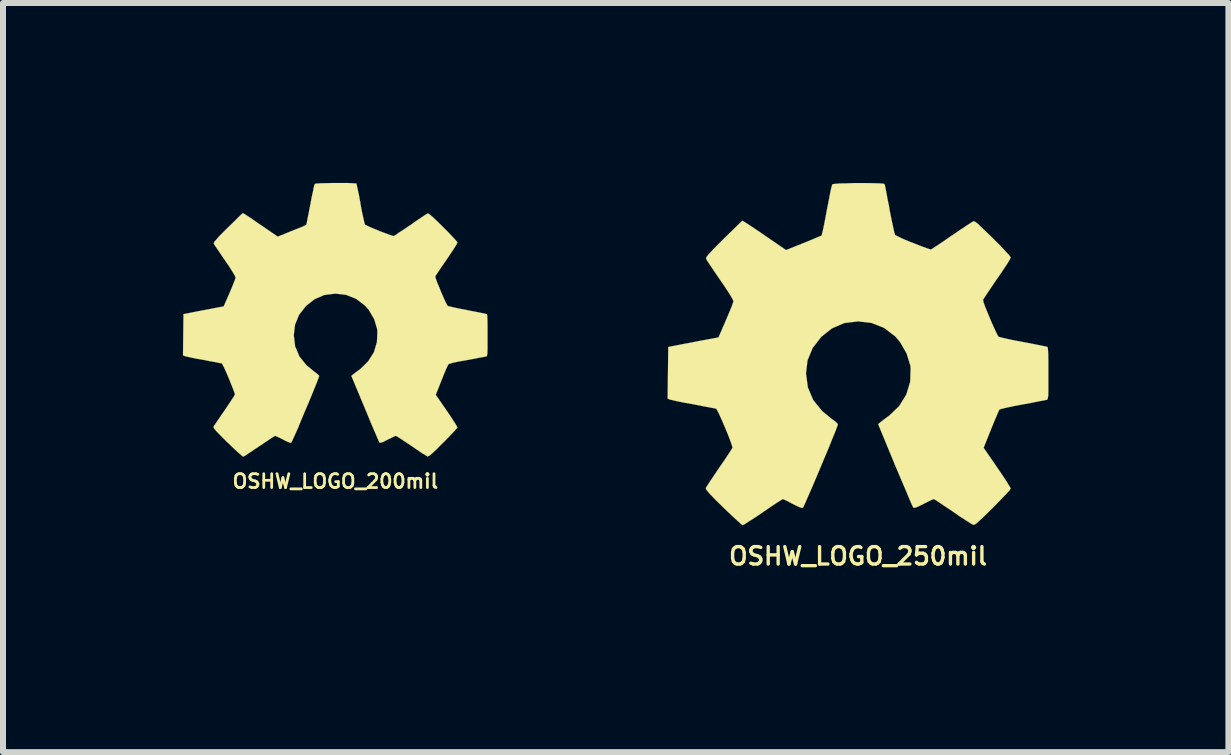
<source format=kicad_pcb>
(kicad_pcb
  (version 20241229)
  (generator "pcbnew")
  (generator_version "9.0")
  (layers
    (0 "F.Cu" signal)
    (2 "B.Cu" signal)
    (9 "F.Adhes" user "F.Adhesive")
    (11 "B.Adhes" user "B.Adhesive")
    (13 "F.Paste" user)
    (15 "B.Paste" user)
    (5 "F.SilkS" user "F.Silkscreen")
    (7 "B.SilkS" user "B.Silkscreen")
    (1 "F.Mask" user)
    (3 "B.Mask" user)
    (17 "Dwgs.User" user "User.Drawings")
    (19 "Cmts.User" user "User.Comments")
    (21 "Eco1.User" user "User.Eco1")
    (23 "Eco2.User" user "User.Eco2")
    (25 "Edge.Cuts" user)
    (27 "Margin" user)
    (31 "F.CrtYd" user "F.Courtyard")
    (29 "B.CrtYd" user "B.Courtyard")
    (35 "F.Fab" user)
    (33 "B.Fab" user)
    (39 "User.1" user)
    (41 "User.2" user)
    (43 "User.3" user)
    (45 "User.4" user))
  (footprint "OSHW_LOGO_250mil"
    (layer "F.Cu")
    (at 11.256 2.854)
    (property "Reference" "OSHW_LOGO_250mil" (at 0 3.368 0) (layer "F.SilkS") (effects (font (size 0.29 0.29) (thickness 0.056))))
    (attr through_hole)
    (fp_poly (pts (xy -1.925 2.852) (xy -1.89 2.835) (xy -1.816 2.786) (xy -1.709 2.718) (xy -1.585 2.634) (xy -1.46 2.548) (xy -1.356 2.479) (xy -1.283 2.433) (xy -1.252 2.416) (xy -1.237 2.423) (xy -1.176 2.451) (xy -1.09 2.497) (xy -1.041 2.522) (xy -0.96 2.558) (xy -0.922 2.563) (xy -0.914 2.553) (xy -0.886 2.492) (xy -0.841 2.388) (xy -0.78 2.25) (xy -0.711 2.088) (xy -0.638 1.915) (xy -0.564 1.737) (xy -0.493 1.57) (xy -0.432 1.417) (xy -0.381 1.293) (xy -0.348 1.206) (xy -0.338 1.171) (xy -0.34 1.163) (xy -0.381 1.123) (xy -0.45 1.072) (xy -0.599 0.95) (xy -0.749 0.765) (xy -0.838 0.554) (xy -0.869 0.32) (xy -0.843 0.104) (xy -0.757 -0.104) (xy -0.612 -0.29) (xy -0.437 -0.429) (xy -0.231 -0.518) (xy 0 -0.546) (xy 0.221 -0.521) (xy 0.434 -0.437) (xy 0.62 -0.295) (xy 0.699 -0.203) (xy 0.808 -0.013) (xy 0.871 0.188) (xy 0.876 0.241) (xy 0.869 0.462) (xy 0.803 0.676) (xy 0.683 0.869) (xy 0.521 1.024) (xy 0.5 1.039) (xy 0.424 1.095) (xy 0.373 1.135) (xy 0.335 1.168) (xy 0.617 1.852) (xy 0.663 1.961) (xy 0.742 2.146) (xy 0.81 2.306) (xy 0.864 2.436) (xy 0.902 2.522) (xy 0.919 2.555) (xy 0.922 2.558) (xy 0.945 2.563) (xy 0.998 2.543) (xy 1.092 2.497) (xy 1.156 2.464) (xy 1.229 2.428) (xy 1.262 2.416) (xy 1.29 2.431) (xy 1.359 2.477) (xy 1.46 2.545) (xy 1.582 2.626) (xy 1.699 2.708) (xy 1.806 2.776) (xy 1.885 2.827) (xy 1.923 2.847) (xy 1.928 2.847) (xy 1.963 2.83) (xy 2.024 2.776) (xy 2.116 2.69) (xy 2.248 2.56) (xy 2.268 2.54) (xy 2.377 2.428) (xy 2.464 2.337) (xy 2.525 2.271) (xy 2.545 2.24) (xy 2.525 2.205) (xy 2.477 2.126) (xy 2.405 2.017) (xy 2.319 1.89) (xy 2.093 1.562) (xy 2.217 1.252) (xy 2.256 1.156) (xy 2.304 1.041) (xy 2.339 0.96) (xy 2.357 0.922) (xy 2.393 0.912) (xy 2.477 0.892) (xy 2.598 0.866) (xy 2.746 0.838) (xy 2.885 0.813) (xy 3.012 0.787) (xy 3.104 0.77) (xy 3.145 0.762) (xy 3.155 0.757) (xy 3.162 0.737) (xy 3.17 0.693) (xy 3.172 0.617) (xy 3.172 0.495) (xy 3.172 0.32) (xy 3.172 0.302) (xy 3.172 0.135) (xy 3.17 0.003) (xy 3.165 -0.084) (xy 3.16 -0.119) (xy 3.157 -0.119) (xy 3.119 -0.13) (xy 3.03 -0.147) (xy 2.903 -0.173) (xy 2.753 -0.201) (xy 2.743 -0.203) (xy 2.593 -0.231) (xy 2.466 -0.259) (xy 2.38 -0.279) (xy 2.342 -0.29) (xy 2.334 -0.3) (xy 2.304 -0.358) (xy 2.261 -0.452) (xy 2.21 -0.566) (xy 2.162 -0.683) (xy 2.118 -0.79) (xy 2.09 -0.869) (xy 2.083 -0.904) (xy 2.083 -0.907) (xy 2.106 -0.942) (xy 2.156 -1.019) (xy 2.23 -1.128) (xy 2.316 -1.255) (xy 2.324 -1.265) (xy 2.41 -1.392) (xy 2.482 -1.499) (xy 2.527 -1.575) (xy 2.545 -1.61) (xy 2.545 -1.613) (xy 2.517 -1.651) (xy 2.451 -1.722) (xy 2.36 -1.819) (xy 2.248 -1.93) (xy 2.212 -1.966) (xy 2.088 -2.085) (xy 2.004 -2.167) (xy 1.951 -2.207) (xy 1.925 -2.217) (xy 1.923 -2.215) (xy 1.885 -2.192) (xy 1.806 -2.141) (xy 1.697 -2.068) (xy 1.567 -1.979) (xy 1.557 -1.974) (xy 1.433 -1.887) (xy 1.326 -1.816) (xy 1.25 -1.765) (xy 1.217 -1.745) (xy 1.212 -1.745) (xy 1.161 -1.76) (xy 1.069 -1.793) (xy 0.96 -1.836) (xy 0.841 -1.882) (xy 0.734 -1.928) (xy 0.655 -1.966) (xy 0.617 -1.986) (xy 0.617 -1.989) (xy 0.602 -2.035) (xy 0.582 -2.129) (xy 0.554 -2.258) (xy 0.523 -2.416) (xy 0.521 -2.438) (xy 0.49 -2.591) (xy 0.467 -2.715) (xy 0.45 -2.802) (xy 0.439 -2.837) (xy 0.419 -2.842) (xy 0.345 -2.847) (xy 0.231 -2.85) (xy 0.097 -2.852) (xy -0.048 -2.852) (xy -0.188 -2.847) (xy -0.307 -2.845) (xy -0.394 -2.837) (xy -0.429 -2.832) (xy -0.429 -2.83) (xy -0.445 -2.781) (xy -0.465 -2.687) (xy -0.49 -2.555) (xy -0.521 -2.4) (xy -0.526 -2.372) (xy -0.554 -2.223) (xy -0.579 -2.098) (xy -0.599 -2.012) (xy -0.607 -1.979) (xy -0.622 -1.971) (xy -0.683 -1.946) (xy -0.785 -1.902) (xy -0.909 -1.852) (xy -1.201 -1.735) (xy -1.557 -1.979) (xy -1.59 -2.002) (xy -1.717 -2.088) (xy -1.824 -2.159) (xy -1.897 -2.205) (xy -1.928 -2.223) (xy -1.93 -2.223) (xy -1.966 -2.189) (xy -2.035 -2.123) (xy -2.131 -2.029) (xy -2.245 -1.918) (xy -2.327 -1.836) (xy -2.426 -1.735) (xy -2.487 -1.669) (xy -2.522 -1.626) (xy -2.535 -1.6) (xy -2.53 -1.582) (xy -2.507 -1.544) (xy -2.456 -1.468) (xy -2.383 -1.359) (xy -2.296 -1.232) (xy -2.225 -1.128) (xy -2.146 -1.008) (xy -2.095 -0.922) (xy -2.078 -0.881) (xy -2.083 -0.864) (xy -2.108 -0.792) (xy -2.151 -0.688) (xy -2.205 -0.561) (xy -2.327 -0.279) (xy -2.512 -0.244) (xy -2.624 -0.224) (xy -2.781 -0.193) (xy -2.931 -0.165) (xy -3.165 -0.119) (xy -3.175 0.742) (xy -3.137 0.757) (xy -3.104 0.765) (xy -3.018 0.785) (xy -2.893 0.81) (xy -2.746 0.836) (xy -2.621 0.861) (xy -2.497 0.884) (xy -2.405 0.902) (xy -2.367 0.909) (xy -2.357 0.922) (xy -2.324 0.983) (xy -2.281 1.079) (xy -2.23 1.196) (xy -2.179 1.318) (xy -2.136 1.427) (xy -2.106 1.514) (xy -2.093 1.557) (xy -2.111 1.59) (xy -2.159 1.664) (xy -2.228 1.768) (xy -2.314 1.892) (xy -2.398 2.017) (xy -2.469 2.123) (xy -2.52 2.202) (xy -2.54 2.235) (xy -2.53 2.261) (xy -2.482 2.319) (xy -2.388 2.418) (xy -2.248 2.555) (xy -2.225 2.578) (xy -2.113 2.685) (xy -2.019 2.771) (xy -1.953 2.83) (xy -1.925 2.852)) (stroke (width 0.003) (type solid)) (fill yes) (layer "F.SilkS")))
  (footprint "OSHW_LOGO_200mil"
    (layer "F.Cu")
    (at 2.541 2.282)
    (property "Reference" "OSHW_LOGO_200mil" (at 0 2.692 0) (layer "F.SilkS") (effects (font (size 0.231 0.231) (thickness 0.046))))
    (attr through_hole)
    (fp_poly (pts (xy -1.539 2.281) (xy -1.511 2.268) (xy -1.453 2.23) (xy -1.369 2.174) (xy -1.267 2.106) (xy -1.168 2.04) (xy -1.085 1.984) (xy -1.026 1.946) (xy -1.003 1.933) (xy -0.991 1.938) (xy -0.942 1.961) (xy -0.871 1.996) (xy -0.833 2.017) (xy -0.767 2.045) (xy -0.737 2.05) (xy -0.732 2.042) (xy -0.709 1.994) (xy -0.671 1.91) (xy -0.622 1.801) (xy -0.569 1.671) (xy -0.511 1.532) (xy -0.45 1.389) (xy -0.394 1.255) (xy -0.345 1.133) (xy -0.305 1.034) (xy -0.279 0.965) (xy -0.269 0.935) (xy -0.272 0.93) (xy -0.305 0.899) (xy -0.361 0.856) (xy -0.48 0.759) (xy -0.599 0.612) (xy -0.671 0.442) (xy -0.693 0.257) (xy -0.673 0.084) (xy -0.607 -0.081) (xy -0.49 -0.231) (xy -0.348 -0.343) (xy -0.185 -0.414) (xy 0 -0.437) (xy 0.175 -0.417) (xy 0.345 -0.351) (xy 0.495 -0.236) (xy 0.559 -0.163) (xy 0.648 -0.01) (xy 0.696 0.15) (xy 0.701 0.193) (xy 0.693 0.371) (xy 0.643 0.541) (xy 0.546 0.693) (xy 0.417 0.82) (xy 0.401 0.831) (xy 0.34 0.876) (xy 0.3 0.907) (xy 0.267 0.935) (xy 0.495 1.481) (xy 0.531 1.567) (xy 0.592 1.717) (xy 0.648 1.847) (xy 0.691 1.948) (xy 0.721 2.017) (xy 0.734 2.045) (xy 0.737 2.045) (xy 0.757 2.05) (xy 0.798 2.035) (xy 0.874 1.996) (xy 0.925 1.971) (xy 0.983 1.943) (xy 1.008 1.933) (xy 1.031 1.946) (xy 1.087 1.981) (xy 1.168 2.035) (xy 1.267 2.101) (xy 1.359 2.164) (xy 1.445 2.223) (xy 1.509 2.261) (xy 1.537 2.278) (xy 1.542 2.278) (xy 1.57 2.263) (xy 1.618 2.223) (xy 1.694 2.151) (xy 1.798 2.047) (xy 1.814 2.032) (xy 1.9 1.943) (xy 1.971 1.869) (xy 2.019 1.816) (xy 2.035 1.793) (xy 2.019 1.763) (xy 1.981 1.702) (xy 1.923 1.613) (xy 1.854 1.511) (xy 1.674 1.25) (xy 1.773 1.001) (xy 1.803 0.925) (xy 1.841 0.833) (xy 1.872 0.767) (xy 1.887 0.739) (xy 1.913 0.729) (xy 1.981 0.711) (xy 2.08 0.691) (xy 2.197 0.671) (xy 2.309 0.65) (xy 2.41 0.63) (xy 2.484 0.617) (xy 2.517 0.61) (xy 2.525 0.605) (xy 2.53 0.589) (xy 2.535 0.554) (xy 2.537 0.493) (xy 2.537 0.396) (xy 2.537 0.257) (xy 2.537 0.241) (xy 2.537 0.107) (xy 2.535 0) (xy 2.532 -0.066) (xy 2.527 -0.094) (xy 2.494 -0.102) (xy 2.423 -0.117) (xy 2.322 -0.137) (xy 2.202 -0.16) (xy 2.195 -0.163) (xy 2.075 -0.185) (xy 1.974 -0.206) (xy 1.902 -0.224) (xy 1.872 -0.231) (xy 1.867 -0.241) (xy 1.841 -0.287) (xy 1.808 -0.361) (xy 1.768 -0.452) (xy 1.73 -0.546) (xy 1.694 -0.632) (xy 1.671 -0.696) (xy 1.666 -0.724) (xy 1.684 -0.754) (xy 1.725 -0.815) (xy 1.783 -0.902) (xy 1.854 -1.003) (xy 1.859 -1.011) (xy 1.928 -1.113) (xy 1.984 -1.199) (xy 2.022 -1.26) (xy 2.035 -1.288) (xy 2.035 -1.29) (xy 2.012 -1.321) (xy 1.961 -1.377) (xy 1.887 -1.455) (xy 1.798 -1.544) (xy 1.77 -1.572) (xy 1.671 -1.669) (xy 1.603 -1.732) (xy 1.56 -1.765) (xy 1.539 -1.773) (xy 1.509 -1.755) (xy 1.443 -1.712) (xy 1.356 -1.654) (xy 1.255 -1.582) (xy 1.247 -1.577) (xy 1.146 -1.509) (xy 1.059 -1.453) (xy 1.001 -1.412) (xy 0.973 -1.397) (xy 0.97 -1.397) (xy 0.927 -1.41) (xy 0.856 -1.435) (xy 0.767 -1.468) (xy 0.673 -1.506) (xy 0.587 -1.542) (xy 0.523 -1.572) (xy 0.493 -1.587) (xy 0.493 -1.59) (xy 0.483 -1.626) (xy 0.465 -1.702) (xy 0.442 -1.806) (xy 0.419 -1.93) (xy 0.417 -1.951) (xy 0.394 -2.073) (xy 0.373 -2.172) (xy 0.358 -2.24) (xy 0.353 -2.271) (xy 0.335 -2.273) (xy 0.274 -2.278) (xy 0.185 -2.281) (xy 0.076 -2.281) (xy -0.038 -2.281) (xy -0.15 -2.278) (xy -0.246 -2.276) (xy -0.315 -2.271) (xy -0.343 -2.266) (xy -0.343 -2.263) (xy -0.356 -2.225) (xy -0.371 -2.149) (xy -0.394 -2.045) (xy -0.417 -1.92) (xy -0.422 -1.897) (xy -0.445 -1.778) (xy -0.465 -1.679) (xy -0.478 -1.61) (xy -0.485 -1.582) (xy -0.498 -1.577) (xy -0.546 -1.554) (xy -0.627 -1.521) (xy -0.729 -1.481) (xy -0.96 -1.387) (xy -1.245 -1.582) (xy -1.273 -1.6) (xy -1.374 -1.671) (xy -1.458 -1.727) (xy -1.516 -1.765) (xy -1.542 -1.778) (xy -1.544 -1.778) (xy -1.572 -1.753) (xy -1.628 -1.699) (xy -1.704 -1.623) (xy -1.796 -1.534) (xy -1.862 -1.468) (xy -1.941 -1.389) (xy -1.989 -1.333) (xy -2.017 -1.3) (xy -2.027 -1.28) (xy -2.024 -1.265) (xy -2.007 -1.237) (xy -1.963 -1.173) (xy -1.905 -1.087) (xy -1.836 -0.986) (xy -1.778 -0.902) (xy -1.717 -0.805) (xy -1.676 -0.737) (xy -1.664 -0.704) (xy -1.666 -0.691) (xy -1.687 -0.635) (xy -1.72 -0.551) (xy -1.763 -0.45) (xy -1.862 -0.224) (xy -2.009 -0.196) (xy -2.101 -0.178) (xy -2.225 -0.155) (xy -2.344 -0.132) (xy -2.532 -0.094) (xy -2.54 0.592) (xy -2.51 0.605) (xy -2.482 0.612) (xy -2.413 0.627) (xy -2.314 0.648) (xy -2.197 0.668) (xy -2.098 0.688) (xy -1.996 0.706) (xy -1.925 0.721) (xy -1.892 0.726) (xy -1.885 0.739) (xy -1.859 0.787) (xy -1.824 0.864) (xy -1.783 0.958) (xy -1.745 1.054) (xy -1.709 1.143) (xy -1.684 1.209) (xy -1.674 1.245) (xy -1.689 1.273) (xy -1.727 1.331) (xy -1.783 1.415) (xy -1.849 1.514) (xy -1.918 1.613) (xy -1.976 1.699) (xy -2.017 1.76) (xy -2.032 1.788) (xy -2.024 1.808) (xy -1.984 1.857) (xy -1.91 1.933) (xy -1.798 2.045) (xy -1.778 2.062) (xy -1.689 2.149) (xy -1.615 2.217) (xy -1.562 2.263) (xy -1.539 2.281)) (stroke (width 0.003) (type solid)) (fill yes) (layer "F.SilkS")))
  (gr_rect
    (start -3 -3)
    (end 17.43 9.489)
    (stroke (width 0.1) (type default))
    (fill no)
    (layer "Edge.Cuts")))
</source>
